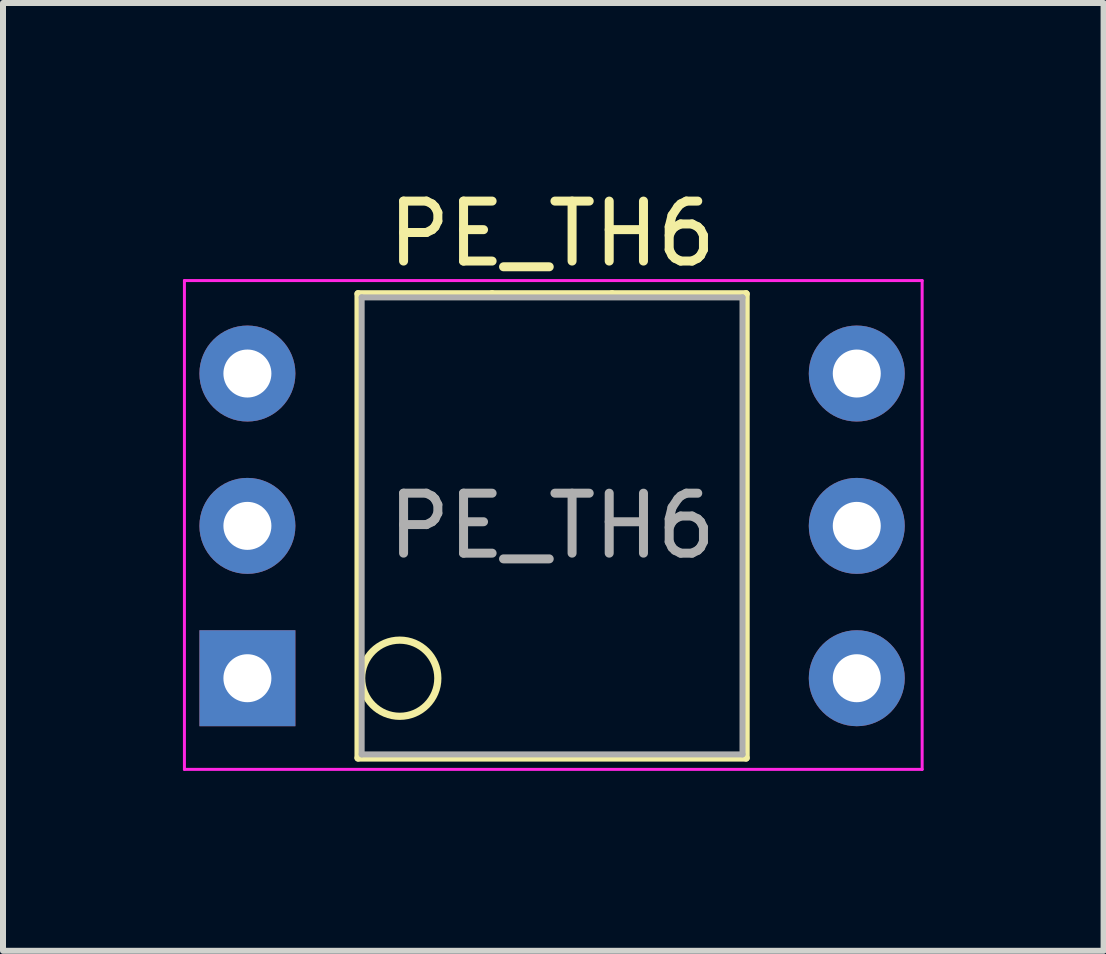
<source format=kicad_pcb>
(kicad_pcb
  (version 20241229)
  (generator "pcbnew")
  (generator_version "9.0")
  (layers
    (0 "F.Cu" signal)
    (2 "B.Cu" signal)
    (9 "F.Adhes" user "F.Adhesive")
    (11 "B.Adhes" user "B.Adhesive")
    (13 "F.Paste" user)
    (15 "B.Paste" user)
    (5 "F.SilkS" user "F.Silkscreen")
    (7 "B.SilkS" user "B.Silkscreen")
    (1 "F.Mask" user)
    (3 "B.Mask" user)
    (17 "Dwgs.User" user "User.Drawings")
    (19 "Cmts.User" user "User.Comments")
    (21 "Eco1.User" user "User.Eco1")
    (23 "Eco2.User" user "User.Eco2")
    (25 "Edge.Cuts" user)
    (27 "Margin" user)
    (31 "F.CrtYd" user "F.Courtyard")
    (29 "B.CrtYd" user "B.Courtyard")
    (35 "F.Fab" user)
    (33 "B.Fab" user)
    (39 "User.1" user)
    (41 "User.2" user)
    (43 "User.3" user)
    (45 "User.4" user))
  (footprint "PE_TH6"
    (layer "F.Cu")
    (at 1.075 3.178)
    (property "Reference" "PE_TH6" (at 5.08 -2.33 0) (layer "F.SilkS") (effects (font (size 1 1) (thickness 0.15))))
    (attr through_hole)
    (fp_line (start 1.845 -1.33) (end 1.845 6.41) (stroke (width 0.12) (type solid)) (layer "F.SilkS"))
    (fp_line (start 1.845 6.41) (end 8.315 6.41) (stroke (width 0.12) (type solid)) (layer "F.SilkS"))
    (fp_line (start 4.08 -1.33) (end 1.845 -1.33) (stroke (width 0.12) (type solid)) (layer "F.SilkS"))
    (fp_line (start 4.08 -1.33) (end 6.08 -1.33) (stroke (width 0.12) (type solid)) (layer "F.SilkS"))
    (fp_line (start 8.315 -1.33) (end 6.08 -1.33) (stroke (width 0.12) (type solid)) (layer "F.SilkS"))
    (fp_line (start 8.315 6.41) (end 8.315 -1.33) (stroke (width 0.12) (type solid)) (layer "F.SilkS"))
    (fp_circle (center 2.54 5.08) (end 3.175 5.08) (stroke (width 0.12) (type solid)) (fill no) (layer "F.SilkS"))
    (fp_line (start -1.05 -1.55) (end -1.05 6.6) (stroke (width 0.05) (type solid)) (layer "F.CrtYd"))
    (fp_line (start -1.05 6.6) (end 11.25 6.6) (stroke (width 0.05) (type solid)) (layer "F.CrtYd"))
    (fp_line (start 11.25 -1.55) (end -1.05 -1.55) (stroke (width 0.05) (type solid)) (layer "F.CrtYd"))
    (fp_line (start 11.25 6.6) (end 11.25 -1.55) (stroke (width 0.05) (type solid)) (layer "F.CrtYd"))
    (fp_line (start 1.905 -1.27) (end 8.255 -1.27) (stroke (width 0.1) (type solid)) (layer "F.Fab"))
    (fp_line (start 1.905 6.35) (end 1.905 -1.27) (stroke (width 0.1) (type solid)) (layer "F.Fab"))
    (fp_line (start 8.255 -1.27) (end 8.255 6.35) (stroke (width 0.1) (type solid)) (layer "F.Fab"))
    (fp_line (start 8.255 6.35) (end 1.905 6.35) (stroke (width 0.1) (type solid)) (layer "F.Fab"))
    (fp_text user "${REFERENCE}" (at 5.08 2.54 0) (layer "F.Fab") (effects (font (size 1 1) (thickness 0.15))))
    (pad "1" thru_hole rect (at 0 5.08) (size 1.6 1.6) (drill 0.8) (layers "*.Cu" "*.Mask"))
    (pad "2" thru_hole oval (at 10.16 5.08) (size 1.6 1.6) (drill 0.8) (layers "*.Cu" "*.Mask"))
    (pad "3" thru_hole oval (at 0 2.54) (size 1.6 1.6) (drill 0.8) (layers "*.Cu" "*.Mask"))
    (pad "4" thru_hole oval (at 10.16 2.54) (size 1.6 1.6) (drill 0.8) (layers "*.Cu" "*.Mask"))
    (pad "5" thru_hole oval (at 0 0) (size 1.6 1.6) (drill 0.8) (layers "*.Cu" "*.Mask"))
    (pad "6" thru_hole oval (at 10.16 0) (size 1.6 1.6) (drill 0.8) (layers "*.Cu" "*.Mask")))
  (gr_rect
    (start -3 -3)
    (end 15.35 12.803)
    (stroke (width 0.1) (type default))
    (fill no)
    (layer "Edge.Cuts")))
</source>
